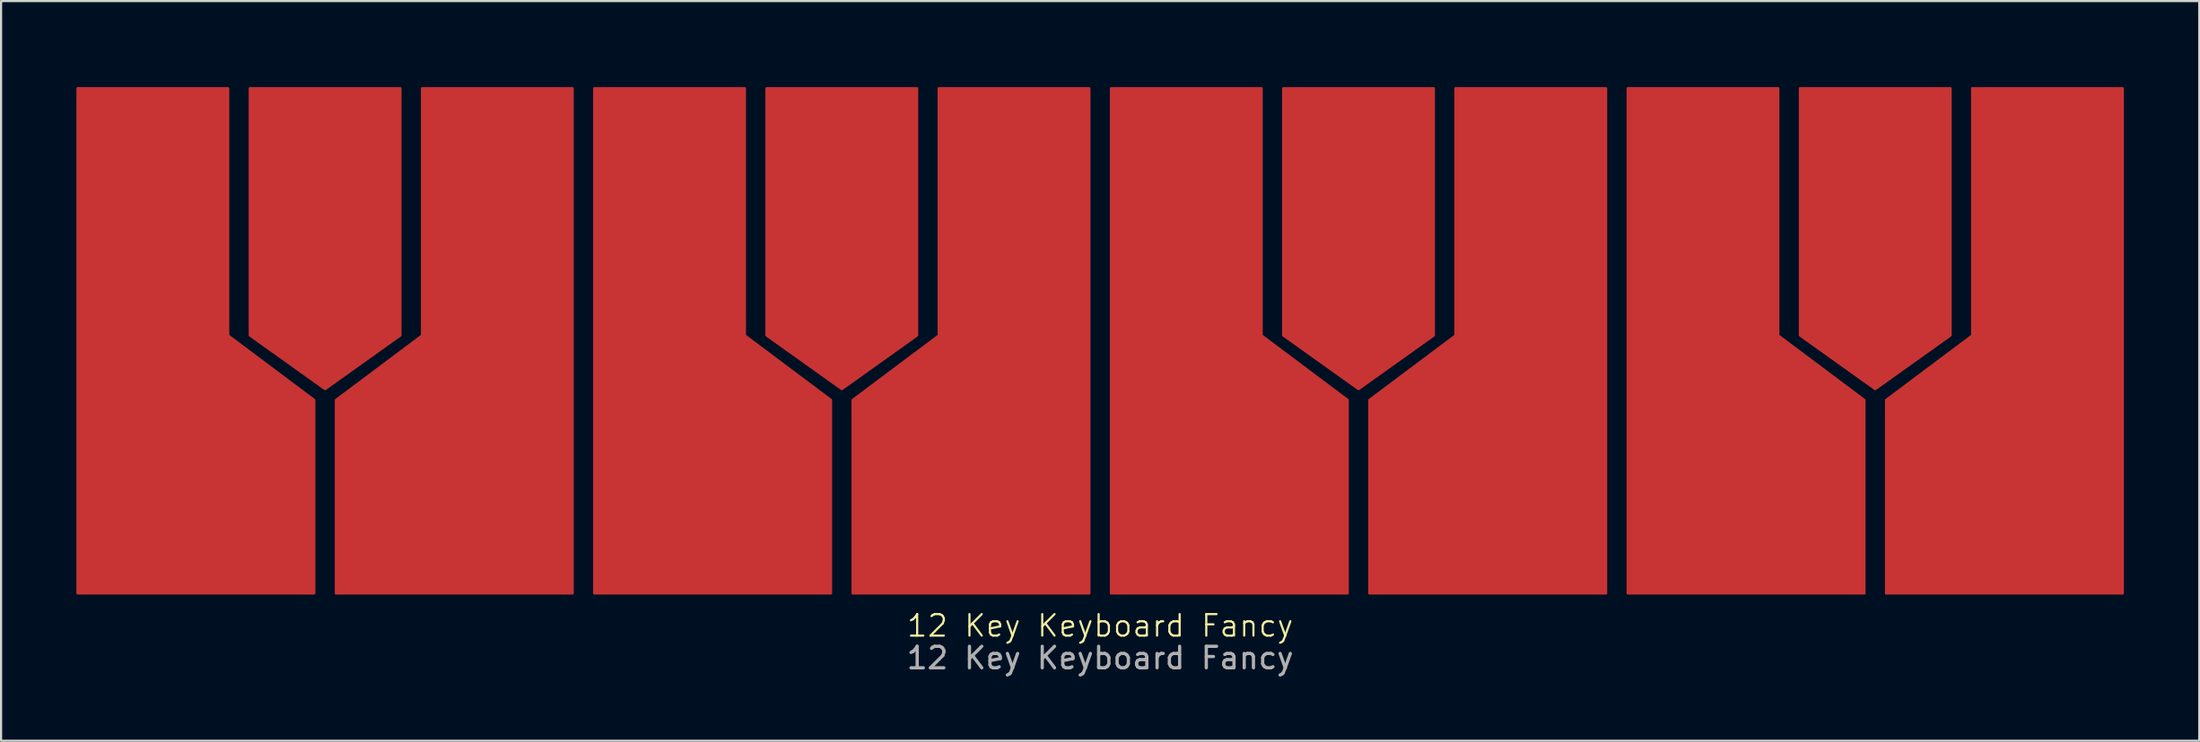
<source format=kicad_pcb>
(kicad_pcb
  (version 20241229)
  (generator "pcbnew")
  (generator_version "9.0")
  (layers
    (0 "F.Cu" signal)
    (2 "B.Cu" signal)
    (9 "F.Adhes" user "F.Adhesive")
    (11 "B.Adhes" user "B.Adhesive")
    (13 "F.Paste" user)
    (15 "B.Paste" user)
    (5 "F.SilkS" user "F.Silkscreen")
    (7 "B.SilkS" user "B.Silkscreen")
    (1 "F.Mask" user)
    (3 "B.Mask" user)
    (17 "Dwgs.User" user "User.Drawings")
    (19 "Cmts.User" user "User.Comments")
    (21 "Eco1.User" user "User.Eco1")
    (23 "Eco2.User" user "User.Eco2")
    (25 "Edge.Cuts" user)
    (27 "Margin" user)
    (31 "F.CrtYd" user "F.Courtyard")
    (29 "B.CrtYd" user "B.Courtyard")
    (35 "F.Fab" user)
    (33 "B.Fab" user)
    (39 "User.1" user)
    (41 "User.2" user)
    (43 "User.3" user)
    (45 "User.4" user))
  (footprint "12 Key Keyboard Fancy"
    (layer "F.Cu")
    (at 48.05 12.55)
    (property "Reference" "12 Key Keyboard Fancy" (at 0 13.5 0) (unlocked yes) (layer "F.SilkS") (effects (font (size 1 1) (thickness 0.1))))
    (attr smd)
    (fp_poly (pts (xy -39.471 -11.459) (xy -39.471 0.041) (xy -35.971 2.541) (xy -32.471 0.041) (xy -32.471 -11.459)) (stroke (width 0.1) (type solid)) (fill yes) (layer "F.Mask"))
    (fp_poly (pts (xy -15.55 -11.525) (xy -15.55 -0.025) (xy -12.05 2.475) (xy -8.55 -0.025) (xy -8.55 -11.525)) (stroke (width 0.1) (type solid)) (fill yes) (layer "F.Mask"))
    (fp_poly (pts (xy 8.45 -11.525) (xy 8.45 -0.025) (xy 11.95 2.475) (xy 15.45 -0.025) (xy 15.45 -11.525)) (stroke (width 0.1) (type solid)) (fill yes) (layer "F.Mask"))
    (fp_poly (pts (xy 32.45 -11.525) (xy 32.45 -0.025) (xy 35.95 2.475) (xy 39.45 -0.025) (xy 39.45 -11.525)) (stroke (width 0.1) (type solid)) (fill yes) (layer "F.Mask"))
    (fp_poly (pts (xy -36.471 3.041) (xy -40.471 0.041) (xy -40.471 -11.459) (xy -47.471 -11.459) (xy -47.471 12.041) (xy -36.471 12.041)) (stroke (width 0.1) (type solid)) (fill yes) (layer "F.Mask"))
    (fp_poly (pts (xy -35.471 3.041) (xy -31.471 0.041) (xy -31.471 -11.459) (xy -24.471 -11.459) (xy -24.471 12.041) (xy -35.471 12.041)) (stroke (width 0.1) (type solid)) (fill yes) (layer "F.Mask"))
    (fp_poly (pts (xy -12.55 2.975) (xy -16.55 -0.025) (xy -16.55 -11.525) (xy -23.55 -11.525) (xy -23.55 11.975) (xy -12.55 11.975)) (stroke (width 0.1) (type solid)) (fill yes) (layer "F.Mask"))
    (fp_poly (pts (xy -11.55 2.975) (xy -7.55 -0.025) (xy -7.55 -11.525) (xy -0.55 -11.525) (xy -0.55 11.975) (xy -11.55 11.975)) (stroke (width 0.1) (type solid)) (fill yes) (layer "F.Mask"))
    (fp_poly (pts (xy 11.45 2.975) (xy 7.45 -0.025) (xy 7.45 -11.525) (xy 0.45 -11.525) (xy 0.45 11.975) (xy 11.45 11.975)) (stroke (width 0.1) (type solid)) (fill yes) (layer "F.Mask"))
    (fp_poly (pts (xy 12.45 2.975) (xy 16.45 -0.025) (xy 16.45 -11.525) (xy 23.45 -11.525) (xy 23.45 11.975) (xy 12.45 11.975)) (stroke (width 0.1) (type solid)) (fill yes) (layer "F.Mask"))
    (fp_poly (pts (xy 35.45 2.975) (xy 31.45 -0.025) (xy 31.45 -11.525) (xy 24.45 -11.525) (xy 24.45 11.975) (xy 35.45 11.975)) (stroke (width 0.1) (type solid)) (fill yes) (layer "F.Mask"))
    (fp_poly (pts (xy 36.45 2.975) (xy 40.45 -0.025) (xy 40.45 -11.525) (xy 47.45 -11.525) (xy 47.45 11.975) (xy 36.45 11.975)) (stroke (width 0.1) (type solid)) (fill yes) (layer "F.Mask"))
    (fp_rect (start -48 -12.5) (end 48 12.5) (stroke (width 0.1) (type default)) (fill no) (layer "User.1"))
    (fp_text user "${REFERENCE}" (at 0 15 0) (unlocked yes) (layer "F.Fab") (effects (font (size 1 1) (thickness 0.15))))
    (pad "1" smd custom (at -44 -9) (size 5 5) (layers "F.Cu" "F.Mask" "F.Paste") (options (anchor circle)) (primitives (gr_poly (pts (xy -3.5 -1.25) (xy -3.485 -1.446) (xy -3.43 -1.663) (xy -3.337 -1.867) (xy -3.21 -2.051) (xy -3.051 -2.21) (xy -2.867 -2.337) (xy -2.663 -2.43) (xy -2.446 -2.485) (xy -2.25 -2.5) (xy 2.25 -2.5) (xy 2.446 -2.485) (xy 2.663 -2.43) (xy 2.867 -2.337) (xy 3.051 -2.21) (xy 3.21 -2.051) (xy 3.337 -1.867) (xy 3.43 -1.663) (xy 3.485 -1.446) (xy 3.5 -1.25) (xy 3.5 1.25) (xy 3.485 1.446) (xy 3.43 1.663) (xy 3.337 1.867) (xy 3.21 2.051) (xy 3.051 2.21) (xy 2.867 2.337) (xy 2.663 2.43) (xy 2.446 2.485) (xy 2.25 2.5) (xy -2.25 2.5) (xy -2.446 2.485) (xy -2.663 2.43) (xy -2.867 2.337) (xy -3.051 2.21) (xy -3.21 2.051) (xy -3.337 1.867) (xy -3.43 1.663) (xy -3.485 1.446) (xy -3.5 1.25)) (width 0) (fill yes)) (gr_poly (pts (xy 7.5 12) (xy 3.5 9) (xy 3.5 -2.5) (xy -3.5 -2.5) (xy -3.5 21) (xy 7.5 21)) (width 0.1) (fill yes))))
    (pad "2" smd custom (at -36 -9) (size 5 5) (layers "F.Cu" "F.Mask" "F.Paste") (options (anchor circle)) (primitives (gr_poly (pts (xy -3.5 -1.25) (xy -3.485 -1.446) (xy -3.43 -1.663) (xy -3.337 -1.867) (xy -3.21 -2.051) (xy -3.051 -2.21) (xy -2.867 -2.337) (xy -2.663 -2.43) (xy -2.446 -2.485) (xy -2.25 -2.5) (xy 2.25 -2.5) (xy 2.446 -2.485) (xy 2.663 -2.43) (xy 2.867 -2.337) (xy 3.051 -2.21) (xy 3.21 -2.051) (xy 3.337 -1.867) (xy 3.43 -1.663) (xy 3.485 -1.446) (xy 3.5 -1.25) (xy 3.5 1.25) (xy 3.485 1.446) (xy 3.43 1.663) (xy 3.337 1.867) (xy 3.21 2.051) (xy 3.051 2.21) (xy 2.867 2.337) (xy 2.663 2.43) (xy 2.446 2.485) (xy 2.25 2.5) (xy -2.25 2.5) (xy -2.446 2.485) (xy -2.663 2.43) (xy -2.867 2.337) (xy -3.051 2.21) (xy -3.21 2.051) (xy -3.337 1.867) (xy -3.43 1.663) (xy -3.485 1.446) (xy -3.5 1.25)) (width 0) (fill yes)) (gr_poly (pts (xy -3.5 -2.5) (xy -3.5 9) (xy 0 11.5) (xy 3.5 9) (xy 3.5 -2.5)) (width 0.1) (fill yes))))
    (pad "3" smd custom (at -28 -9) (size 5 5) (layers "F.Cu" "F.Mask" "F.Paste") (options (anchor circle)) (primitives (gr_poly (pts (xy -3.5 -1.25) (xy -3.485 -1.446) (xy -3.43 -1.663) (xy -3.337 -1.867) (xy -3.21 -2.051) (xy -3.051 -2.21) (xy -2.867 -2.337) (xy -2.663 -2.43) (xy -2.446 -2.485) (xy -2.25 -2.5) (xy 2.25 -2.5) (xy 2.446 -2.485) (xy 2.663 -2.43) (xy 2.867 -2.337) (xy 3.051 -2.21) (xy 3.21 -2.051) (xy 3.337 -1.867) (xy 3.43 -1.663) (xy 3.485 -1.446) (xy 3.5 -1.25) (xy 3.5 1.25) (xy 3.485 1.446) (xy 3.43 1.663) (xy 3.337 1.867) (xy 3.21 2.051) (xy 3.051 2.21) (xy 2.867 2.337) (xy 2.663 2.43) (xy 2.446 2.485) (xy 2.25 2.5) (xy -2.25 2.5) (xy -2.446 2.485) (xy -2.663 2.43) (xy -2.867 2.337) (xy -3.051 2.21) (xy -3.21 2.051) (xy -3.337 1.867) (xy -3.43 1.663) (xy -3.485 1.446) (xy -3.5 1.25)) (width 0) (fill yes)) (gr_poly (pts (xy -7.5 12) (xy -3.5 9) (xy -3.5 -2.5) (xy 3.5 -2.5) (xy 3.5 21) (xy -7.5 21)) (width 0.1) (fill yes))))
    (pad "4" smd custom (at -20 -9) (size 5 5) (layers "F.Cu" "F.Mask" "F.Paste") (options (anchor circle)) (primitives (gr_poly (pts (xy -3.5 -1.25) (xy -3.485 -1.446) (xy -3.43 -1.663) (xy -3.337 -1.867) (xy -3.21 -2.051) (xy -3.051 -2.21) (xy -2.867 -2.337) (xy -2.663 -2.43) (xy -2.446 -2.485) (xy -2.25 -2.5) (xy 2.25 -2.5) (xy 2.446 -2.485) (xy 2.663 -2.43) (xy 2.867 -2.337) (xy 3.051 -2.21) (xy 3.21 -2.051) (xy 3.337 -1.867) (xy 3.43 -1.663) (xy 3.485 -1.446) (xy 3.5 -1.25) (xy 3.5 1.25) (xy 3.485 1.446) (xy 3.43 1.663) (xy 3.337 1.867) (xy 3.21 2.051) (xy 3.051 2.21) (xy 2.867 2.337) (xy 2.663 2.43) (xy 2.446 2.485) (xy 2.25 2.5) (xy -2.25 2.5) (xy -2.446 2.485) (xy -2.663 2.43) (xy -2.867 2.337) (xy -3.051 2.21) (xy -3.21 2.051) (xy -3.337 1.867) (xy -3.43 1.663) (xy -3.485 1.446) (xy -3.5 1.25)) (width 0) (fill yes)) (gr_poly (pts (xy 7.5 12) (xy 3.5 9) (xy 3.5 -2.5) (xy -3.5 -2.5) (xy -3.5 21) (xy 7.5 21)) (width 0.1) (fill yes))))
    (pad "5" smd custom (at -12 -9) (size 5 5) (layers "F.Cu" "F.Mask" "F.Paste") (options (anchor circle)) (primitives (gr_poly (pts (xy -3.5 -1.25) (xy -3.485 -1.446) (xy -3.43 -1.663) (xy -3.337 -1.867) (xy -3.21 -2.051) (xy -3.051 -2.21) (xy -2.867 -2.337) (xy -2.663 -2.43) (xy -2.446 -2.485) (xy -2.25 -2.5) (xy 2.25 -2.5) (xy 2.446 -2.485) (xy 2.663 -2.43) (xy 2.867 -2.337) (xy 3.051 -2.21) (xy 3.21 -2.051) (xy 3.337 -1.867) (xy 3.43 -1.663) (xy 3.485 -1.446) (xy 3.5 -1.25) (xy 3.5 1.25) (xy 3.485 1.446) (xy 3.43 1.663) (xy 3.337 1.867) (xy 3.21 2.051) (xy 3.051 2.21) (xy 2.867 2.337) (xy 2.663 2.43) (xy 2.446 2.485) (xy 2.25 2.5) (xy -2.25 2.5) (xy -2.446 2.485) (xy -2.663 2.43) (xy -2.867 2.337) (xy -3.051 2.21) (xy -3.21 2.051) (xy -3.337 1.867) (xy -3.43 1.663) (xy -3.485 1.446) (xy -3.5 1.25)) (width 0) (fill yes)) (gr_poly (pts (xy -3.5 -2.5) (xy -3.5 9) (xy 0 11.5) (xy 3.5 9) (xy 3.5 -2.5)) (width 0.1) (fill yes))))
    (pad "6" smd custom (at -4 -9) (size 5 5) (layers "F.Cu" "F.Mask" "F.Paste") (options (anchor circle)) (primitives (gr_poly (pts (xy -3.5 -1.25) (xy -3.485 -1.446) (xy -3.43 -1.663) (xy -3.337 -1.867) (xy -3.21 -2.051) (xy -3.051 -2.21) (xy -2.867 -2.337) (xy -2.663 -2.43) (xy -2.446 -2.485) (xy -2.25 -2.5) (xy 2.25 -2.5) (xy 2.446 -2.485) (xy 2.663 -2.43) (xy 2.867 -2.337) (xy 3.051 -2.21) (xy 3.21 -2.051) (xy 3.337 -1.867) (xy 3.43 -1.663) (xy 3.485 -1.446) (xy 3.5 -1.25) (xy 3.5 1.25) (xy 3.485 1.446) (xy 3.43 1.663) (xy 3.337 1.867) (xy 3.21 2.051) (xy 3.051 2.21) (xy 2.867 2.337) (xy 2.663 2.43) (xy 2.446 2.485) (xy 2.25 2.5) (xy -2.25 2.5) (xy -2.446 2.485) (xy -2.663 2.43) (xy -2.867 2.337) (xy -3.051 2.21) (xy -3.21 2.051) (xy -3.337 1.867) (xy -3.43 1.663) (xy -3.485 1.446) (xy -3.5 1.25)) (width 0) (fill yes)) (gr_poly (pts (xy -7.5 12) (xy -3.5 9) (xy -3.5 -2.5) (xy 3.5 -2.5) (xy 3.5 21) (xy -7.5 21)) (width 0.1) (fill yes))))
    (pad "7" smd custom (at 4 -9) (size 5 5) (layers "F.Cu" "F.Mask" "F.Paste") (options (anchor circle)) (primitives (gr_poly (pts (xy -3.5 -1.25) (xy -3.485 -1.446) (xy -3.43 -1.663) (xy -3.337 -1.867) (xy -3.21 -2.051) (xy -3.051 -2.21) (xy -2.867 -2.337) (xy -2.663 -2.43) (xy -2.446 -2.485) (xy -2.25 -2.5) (xy 2.25 -2.5) (xy 2.446 -2.485) (xy 2.663 -2.43) (xy 2.867 -2.337) (xy 3.051 -2.21) (xy 3.21 -2.051) (xy 3.337 -1.867) (xy 3.43 -1.663) (xy 3.485 -1.446) (xy 3.5 -1.25) (xy 3.5 1.25) (xy 3.485 1.446) (xy 3.43 1.663) (xy 3.337 1.867) (xy 3.21 2.051) (xy 3.051 2.21) (xy 2.867 2.337) (xy 2.663 2.43) (xy 2.446 2.485) (xy 2.25 2.5) (xy -2.25 2.5) (xy -2.446 2.485) (xy -2.663 2.43) (xy -2.867 2.337) (xy -3.051 2.21) (xy -3.21 2.051) (xy -3.337 1.867) (xy -3.43 1.663) (xy -3.485 1.446) (xy -3.5 1.25)) (width 0) (fill yes)) (gr_poly (pts (xy 7.5 12) (xy 3.5 9) (xy 3.5 -2.5) (xy -3.5 -2.5) (xy -3.5 21) (xy 7.5 21)) (width 0.1) (fill yes))))
    (pad "8" smd custom (at 12 -9) (size 5 5) (layers "F.Cu" "F.Mask" "F.Paste") (options (anchor circle)) (primitives (gr_poly (pts (xy -3.5 -1.25) (xy -3.485 -1.446) (xy -3.43 -1.663) (xy -3.337 -1.867) (xy -3.21 -2.051) (xy -3.051 -2.21) (xy -2.867 -2.337) (xy -2.663 -2.43) (xy -2.446 -2.485) (xy -2.25 -2.5) (xy 2.25 -2.5) (xy 2.446 -2.485) (xy 2.663 -2.43) (xy 2.867 -2.337) (xy 3.051 -2.21) (xy 3.21 -2.051) (xy 3.337 -1.867) (xy 3.43 -1.663) (xy 3.485 -1.446) (xy 3.5 -1.25) (xy 3.5 1.25) (xy 3.485 1.446) (xy 3.43 1.663) (xy 3.337 1.867) (xy 3.21 2.051) (xy 3.051 2.21) (xy 2.867 2.337) (xy 2.663 2.43) (xy 2.446 2.485) (xy 2.25 2.5) (xy -2.25 2.5) (xy -2.446 2.485) (xy -2.663 2.43) (xy -2.867 2.337) (xy -3.051 2.21) (xy -3.21 2.051) (xy -3.337 1.867) (xy -3.43 1.663) (xy -3.485 1.446) (xy -3.5 1.25)) (width 0) (fill yes)) (gr_poly (pts (xy -3.5 -2.5) (xy -3.5 9) (xy 0 11.5) (xy 3.5 9) (xy 3.5 -2.5)) (width 0.1) (fill yes))))
    (pad "9" smd custom (at 20 -9) (size 5 5) (layers "F.Cu" "F.Mask" "F.Paste") (options (anchor circle)) (primitives (gr_poly (pts (xy -3.5 -1.25) (xy -3.485 -1.446) (xy -3.43 -1.663) (xy -3.337 -1.867) (xy -3.21 -2.051) (xy -3.051 -2.21) (xy -2.867 -2.337) (xy -2.663 -2.43) (xy -2.446 -2.485) (xy -2.25 -2.5) (xy 2.25 -2.5) (xy 2.446 -2.485) (xy 2.663 -2.43) (xy 2.867 -2.337) (xy 3.051 -2.21) (xy 3.21 -2.051) (xy 3.337 -1.867) (xy 3.43 -1.663) (xy 3.485 -1.446) (xy 3.5 -1.25) (xy 3.5 1.25) (xy 3.485 1.446) (xy 3.43 1.663) (xy 3.337 1.867) (xy 3.21 2.051) (xy 3.051 2.21) (xy 2.867 2.337) (xy 2.663 2.43) (xy 2.446 2.485) (xy 2.25 2.5) (xy -2.25 2.5) (xy -2.446 2.485) (xy -2.663 2.43) (xy -2.867 2.337) (xy -3.051 2.21) (xy -3.21 2.051) (xy -3.337 1.867) (xy -3.43 1.663) (xy -3.485 1.446) (xy -3.5 1.25)) (width 0) (fill yes)) (gr_poly (pts (xy -7.5 12) (xy -3.5 9) (xy -3.5 -2.5) (xy 3.5 -2.5) (xy 3.5 21) (xy -7.5 21)) (width 0.1) (fill yes))))
    (pad "10" smd custom (at 28 -9) (size 5 5) (layers "F.Cu" "F.Mask" "F.Paste") (options (anchor circle)) (primitives (gr_poly (pts (xy -3.5 -1.25) (xy -3.485 -1.446) (xy -3.43 -1.663) (xy -3.337 -1.867) (xy -3.21 -2.051) (xy -3.051 -2.21) (xy -2.867 -2.337) (xy -2.663 -2.43) (xy -2.446 -2.485) (xy -2.25 -2.5) (xy 2.25 -2.5) (xy 2.446 -2.485) (xy 2.663 -2.43) (xy 2.867 -2.337) (xy 3.051 -2.21) (xy 3.21 -2.051) (xy 3.337 -1.867) (xy 3.43 -1.663) (xy 3.485 -1.446) (xy 3.5 -1.25) (xy 3.5 1.25) (xy 3.485 1.446) (xy 3.43 1.663) (xy 3.337 1.867) (xy 3.21 2.051) (xy 3.051 2.21) (xy 2.867 2.337) (xy 2.663 2.43) (xy 2.446 2.485) (xy 2.25 2.5) (xy -2.25 2.5) (xy -2.446 2.485) (xy -2.663 2.43) (xy -2.867 2.337) (xy -3.051 2.21) (xy -3.21 2.051) (xy -3.337 1.867) (xy -3.43 1.663) (xy -3.485 1.446) (xy -3.5 1.25)) (width 0) (fill yes)) (gr_poly (pts (xy 7.5 12) (xy 3.5 9) (xy 3.5 -2.5) (xy -3.5 -2.5) (xy -3.5 21) (xy 7.5 21)) (width 0.1) (fill yes))))
    (pad "11" smd custom (at 36 -9) (size 5 5) (layers "F.Cu" "F.Mask" "F.Paste") (options (anchor circle)) (primitives (gr_poly (pts (xy -3.5 -1.25) (xy -3.485 -1.446) (xy -3.43 -1.663) (xy -3.337 -1.867) (xy -3.21 -2.051) (xy -3.051 -2.21) (xy -2.867 -2.337) (xy -2.663 -2.43) (xy -2.446 -2.485) (xy -2.25 -2.5) (xy 2.25 -2.5) (xy 2.446 -2.485) (xy 2.663 -2.43) (xy 2.867 -2.337) (xy 3.051 -2.21) (xy 3.21 -2.051) (xy 3.337 -1.867) (xy 3.43 -1.663) (xy 3.485 -1.446) (xy 3.5 -1.25) (xy 3.5 1.25) (xy 3.485 1.446) (xy 3.43 1.663) (xy 3.337 1.867) (xy 3.21 2.051) (xy 3.051 2.21) (xy 2.867 2.337) (xy 2.663 2.43) (xy 2.446 2.485) (xy 2.25 2.5) (xy -2.25 2.5) (xy -2.446 2.485) (xy -2.663 2.43) (xy -2.867 2.337) (xy -3.051 2.21) (xy -3.21 2.051) (xy -3.337 1.867) (xy -3.43 1.663) (xy -3.485 1.446) (xy -3.5 1.25)) (width 0) (fill yes)) (gr_poly (pts (xy -3.5 -2.5) (xy -3.5 9) (xy 0 11.5) (xy 3.5 9) (xy 3.5 -2.5)) (width 0.1) (fill yes))))
    (pad "12" smd custom (at 44 -9) (size 5 5) (layers "F.Cu" "F.Mask" "F.Paste") (options (anchor circle)) (primitives (gr_poly (pts (xy -3.5 -1.25) (xy -3.485 -1.446) (xy -3.43 -1.663) (xy -3.337 -1.867) (xy -3.21 -2.051) (xy -3.051 -2.21) (xy -2.867 -2.337) (xy -2.663 -2.43) (xy -2.446 -2.485) (xy -2.25 -2.5) (xy 2.25 -2.5) (xy 2.446 -2.485) (xy 2.663 -2.43) (xy 2.867 -2.337) (xy 3.051 -2.21) (xy 3.21 -2.051) (xy 3.337 -1.867) (xy 3.43 -1.663) (xy 3.485 -1.446) (xy 3.5 -1.25) (xy 3.5 1.25) (xy 3.485 1.446) (xy 3.43 1.663) (xy 3.337 1.867) (xy 3.21 2.051) (xy 3.051 2.21) (xy 2.867 2.337) (xy 2.663 2.43) (xy 2.446 2.485) (xy 2.25 2.5) (xy -2.25 2.5) (xy -2.446 2.485) (xy -2.663 2.43) (xy -2.867 2.337) (xy -3.051 2.21) (xy -3.21 2.051) (xy -3.337 1.867) (xy -3.43 1.663) (xy -3.485 1.446) (xy -3.5 1.25)) (width 0) (fill yes)) (gr_poly (pts (xy -7.5 12) (xy -3.5 9) (xy -3.5 -2.5) (xy 3.5 -2.5) (xy 3.5 21) (xy -7.5 21)) (width 0.1) (fill yes)))))
  (gr_rect
    (start -3 -3)
    (end 99.1 31.398)
    (stroke (width 0.1) (type default))
    (fill no)
    (layer "Edge.Cuts")))
</source>
